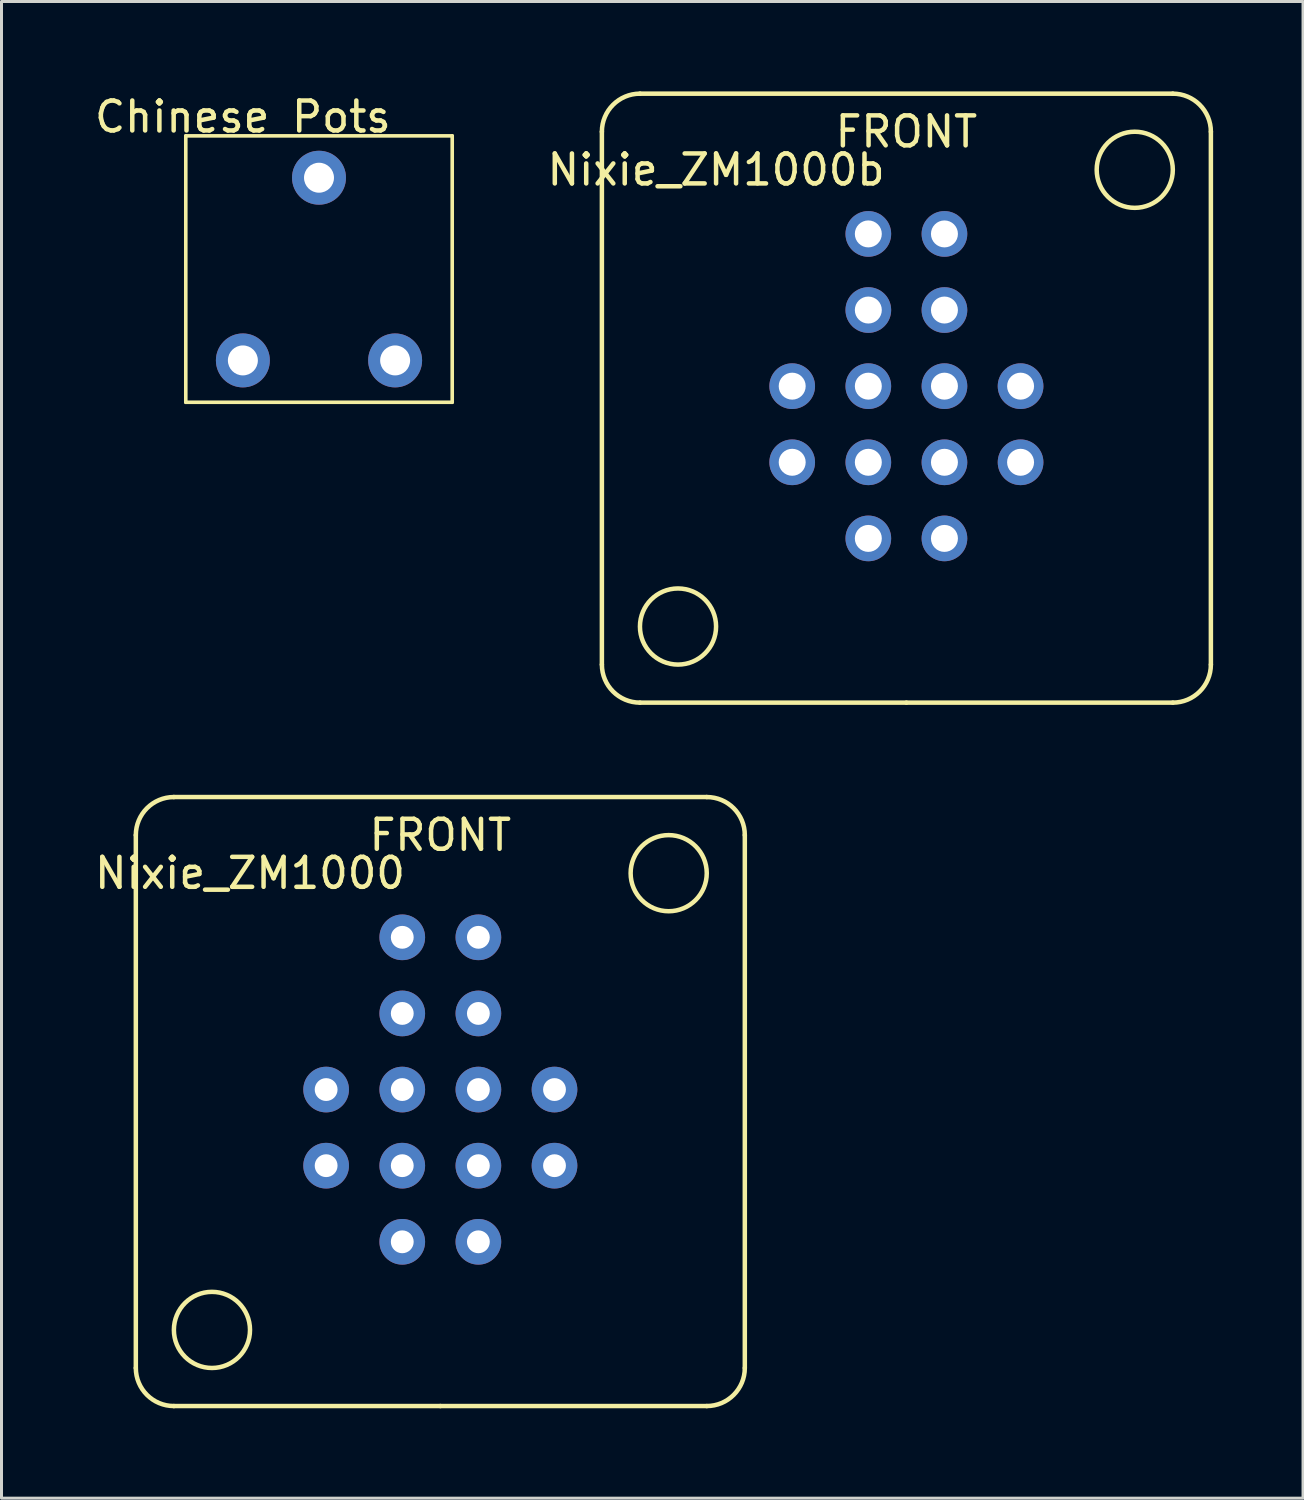
<source format=kicad_pcb>
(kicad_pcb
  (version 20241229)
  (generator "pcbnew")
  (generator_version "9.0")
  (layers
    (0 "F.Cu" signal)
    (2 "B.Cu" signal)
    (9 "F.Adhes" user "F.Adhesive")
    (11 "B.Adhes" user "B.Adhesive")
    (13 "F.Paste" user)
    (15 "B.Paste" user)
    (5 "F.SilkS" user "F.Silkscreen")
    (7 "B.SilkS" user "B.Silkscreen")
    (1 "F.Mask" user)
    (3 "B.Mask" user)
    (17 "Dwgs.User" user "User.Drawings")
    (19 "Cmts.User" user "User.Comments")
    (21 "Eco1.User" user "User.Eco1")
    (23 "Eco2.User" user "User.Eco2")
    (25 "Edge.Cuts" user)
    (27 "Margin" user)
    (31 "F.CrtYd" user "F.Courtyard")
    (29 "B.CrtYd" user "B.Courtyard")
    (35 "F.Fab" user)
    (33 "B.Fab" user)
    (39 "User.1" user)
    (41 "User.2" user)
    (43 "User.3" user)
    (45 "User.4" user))
  (footprint "Nixie_ZM1000b"
    (layer "F.Cu")
    (at 27.193 10.235)
    (property "Reference" "Nixie_ZM1000b" (at -6.35 -7.62 0) (layer "F.SilkS") (effects (font (size 1 1) (thickness 0.15))))
    (attr through_hole)
    (fp_line (start -10.16 8.89) (end -10.16 -8.89) (stroke (width 0.15) (type solid)) (layer "F.SilkS"))
    (fp_line (start -8.89 -10.16) (end 8.89 -10.16) (stroke (width 0.15) (type solid)) (layer "F.SilkS"))
    (fp_line (start 0 10.16) (end -8.89 10.16) (stroke (width 0.15) (type solid)) (layer "F.SilkS"))
    (fp_line (start 8.89 10.16) (end 0 10.16) (stroke (width 0.15) (type solid)) (layer "F.SilkS"))
    (fp_line (start 10.16 -8.89) (end 10.16 8.89) (stroke (width 0.15) (type solid)) (layer "F.SilkS"))
    (fp_arc (start -10.16 -8.89) (mid -9.788026 -9.788026) (end -8.89 -10.16) (stroke (width 0.15) (type solid)) (layer "F.SilkS"))
    (fp_arc (start -8.89 10.16) (mid -9.788026 9.788026) (end -10.16 8.89) (stroke (width 0.15) (type solid)) (layer "F.SilkS"))
    (fp_arc (start 8.89 -10.16) (mid 9.788026 -9.788026) (end 10.16 -8.89) (stroke (width 0.15) (type solid)) (layer "F.SilkS"))
    (fp_arc (start 10.16 8.89) (mid 9.788026 9.788026) (end 8.89 10.16) (stroke (width 0.15) (type solid)) (layer "F.SilkS"))
    (fp_circle (center -7.62 7.62) (end -7.62 8.89) (stroke (width 0.15) (type solid)) (fill no) (layer "F.SilkS"))
    (fp_circle (center 7.62 -7.62) (end 7.62 -6.35) (stroke (width 0.15) (type solid)) (fill no) (layer "F.SilkS"))
    (fp_text user "FRONT" (at 0 -8.89 0) (layer "F.SilkS") (effects (font (size 1 1) (thickness 0.15))))
    (pad "1" thru_hole circle (at 3.81 2.14) (size 1.524 1.524) (drill 0.9) (layers "*.Cu" "*.Mask"))
    (pad "2" thru_hole circle (at -3.81 2.14) (size 1.524 1.524) (drill 0.9) (layers "*.Cu" "*.Mask"))
    (pad "3" thru_hole circle (at 1.27 -0.4) (size 1.524 1.524) (drill 0.9) (layers "*.Cu" "*.Mask"))
    (pad "4" thru_hole circle (at -1.27 -5.48) (size 1.524 1.524) (drill 0.9) (layers "*.Cu" "*.Mask"))
    (pad "5" thru_hole circle (at -1.27 -2.94) (size 1.524 1.524) (drill 0.9) (layers "*.Cu" "*.Mask"))
    (pad "6" thru_hole circle (at -1.27 -0.4) (size 1.524 1.524) (drill 0.9) (layers "*.Cu" "*.Mask"))
    (pad "7" thru_hole circle (at -1.27 2.14) (size 1.524 1.524) (drill 0.9) (layers "*.Cu" "*.Mask"))
    (pad "8" thru_hole circle (at -1.27 4.68) (size 1.524 1.524) (drill 0.9) (layers "*.Cu" "*.Mask"))
    (pad "9" thru_hole circle (at 1.27 4.68) (size 1.524 1.524) (drill 0.9) (layers "*.Cu" "*.Mask"))
    (pad "10" thru_hole circle (at 1.27 2.14) (size 1.524 1.524) (drill 0.9) (layers "*.Cu" "*.Mask"))
    (pad "11" thru_hole circle (at 1.27 -5.48) (size 1.524 1.524) (drill 0.9) (layers "*.Cu" "*.Mask"))
    (pad "12" thru_hole circle (at 1.27 -2.94) (size 1.524 1.524) (drill 0.9) (layers "*.Cu" "*.Mask"))
    (pad "13" thru_hole circle (at 3.81 -0.4) (size 1.524 1.524) (drill 0.9) (layers "*.Cu" "*.Mask"))
    (pad "14" thru_hole circle (at -3.81 -0.4) (size 1.524 1.524) (drill 0.9) (layers "*.Cu" "*.Mask")))
  (footprint "Nixie_ZM1000"
    (layer "F.Cu")
    (at 11.642 33.705)
    (property "Reference" "Nixie_ZM1000" (at -6.35 -7.62 0) (layer "F.SilkS") (effects (font (size 1 1) (thickness 0.15))))
    (attr through_hole)
    (fp_line (start -10.16 8.89) (end -10.16 -8.89) (stroke (width 0.15) (type solid)) (layer "F.SilkS"))
    (fp_line (start -8.89 -10.16) (end 8.89 -10.16) (stroke (width 0.15) (type solid)) (layer "F.SilkS"))
    (fp_line (start 0 10.16) (end -8.89 10.16) (stroke (width 0.15) (type solid)) (layer "F.SilkS"))
    (fp_line (start 8.89 10.16) (end 0 10.16) (stroke (width 0.15) (type solid)) (layer "F.SilkS"))
    (fp_line (start 10.16 -8.89) (end 10.16 8.89) (stroke (width 0.15) (type solid)) (layer "F.SilkS"))
    (fp_arc (start -10.16 -8.89) (mid -9.788026 -9.788026) (end -8.89 -10.16) (stroke (width 0.15) (type solid)) (layer "F.SilkS"))
    (fp_arc (start -8.89 10.16) (mid -9.788026 9.788026) (end -10.16 8.89) (stroke (width 0.15) (type solid)) (layer "F.SilkS"))
    (fp_arc (start 8.89 -10.16) (mid 9.788026 -9.788026) (end 10.16 -8.89) (stroke (width 0.15) (type solid)) (layer "F.SilkS"))
    (fp_arc (start 10.16 8.89) (mid 9.788026 9.788026) (end 8.89 10.16) (stroke (width 0.15) (type solid)) (layer "F.SilkS"))
    (fp_circle (center -7.62 7.62) (end -7.62 8.89) (stroke (width 0.15) (type solid)) (fill no) (layer "F.SilkS"))
    (fp_circle (center 7.62 -7.62) (end 7.62 -6.35) (stroke (width 0.15) (type solid)) (fill no) (layer "F.SilkS"))
    (fp_text user "FRONT" (at 0 -8.89 0) (layer "F.SilkS") (effects (font (size 1 1) (thickness 0.15))))
    (pad "1" thru_hole circle (at -3.81 2.14) (size 1.524 1.524) (drill 0.762) (layers "*.Cu" "*.Mask"))
    (pad "2" thru_hole circle (at 3.81 2.14) (size 1.524 1.524) (drill 0.762) (layers "*.Cu" "*.Mask"))
    (pad "3" thru_hole circle (at -1.27 -0.4) (size 1.524 1.524) (drill 0.762) (layers "*.Cu" "*.Mask"))
    (pad "4" thru_hole circle (at 1.27 -5.48) (size 1.524 1.524) (drill 0.762) (layers "*.Cu" "*.Mask"))
    (pad "5" thru_hole circle (at 1.27 -2.94) (size 1.524 1.524) (drill 0.762) (layers "*.Cu" "*.Mask"))
    (pad "6" thru_hole circle (at 1.27 -0.4) (size 1.524 1.524) (drill 0.762) (layers "*.Cu" "*.Mask"))
    (pad "7" thru_hole circle (at 1.27 2.14) (size 1.524 1.524) (drill 0.762) (layers "*.Cu" "*.Mask"))
    (pad "8" thru_hole circle (at 1.27 4.68) (size 1.524 1.524) (drill 0.762) (layers "*.Cu" "*.Mask"))
    (pad "9" thru_hole circle (at -1.27 4.68) (size 1.524 1.524) (drill 0.762) (layers "*.Cu" "*.Mask"))
    (pad "10" thru_hole circle (at -1.27 2.14) (size 1.524 1.524) (drill 0.762) (layers "*.Cu" "*.Mask"))
    (pad "11" thru_hole circle (at -1.27 -5.48) (size 1.524 1.524) (drill 0.762) (layers "*.Cu" "*.Mask"))
    (pad "12" thru_hole circle (at -1.27 -2.94) (size 1.524 1.524) (drill 0.762) (layers "*.Cu" "*.Mask"))
    (pad "13" thru_hole circle (at -3.81 -0.4) (size 1.524 1.524) (drill 0.762) (layers "*.Cu" "*.Mask"))
    (pad "14" thru_hole circle (at 3.81 -0.4) (size 1.524 1.524) (drill 0.762) (layers "*.Cu" "*.Mask")))
  (footprint "Chinese Pots"
    (layer "F.Cu")
    (at 7.594 5.928)
    (property "Reference" "Chinese Pots" (at -2.54 -5.08 0) (layer "F.SilkS") (effects (font (size 1 1) (thickness 0.15))))
    (attr through_hole)
    (fp_line (start -4.445 -4.445) (end -4.445 4.445) (stroke (width 0.12) (type solid)) (layer "F.SilkS"))
    (fp_line (start -4.445 4.445) (end 4.445 4.445) (stroke (width 0.12) (type solid)) (layer "F.SilkS"))
    (fp_line (start 4.445 -4.445) (end -4.445 -4.445) (stroke (width 0.12) (type solid)) (layer "F.SilkS"))
    (fp_line (start 4.445 4.445) (end 4.445 -4.445) (stroke (width 0.12) (type solid)) (layer "F.SilkS"))
    (pad "1" thru_hole circle (at -2.54 3.048) (size 1.8 1.8) (drill 1) (layers "*.Cu" "*.Mask"))
    (pad "2" thru_hole circle (at 0 -3.048) (size 1.8 1.8) (drill 1) (layers "*.Cu" "*.Mask"))
    (pad "3" thru_hole circle (at 2.54 3.048) (size 1.8 1.8) (drill 1) (layers "*.Cu" "*.Mask")))
  (gr_rect
    (start -3 -3)
    (end 40.428 46.94)
    (stroke (width 0.1) (type default))
    (fill no)
    (layer "Edge.Cuts")))
</source>
